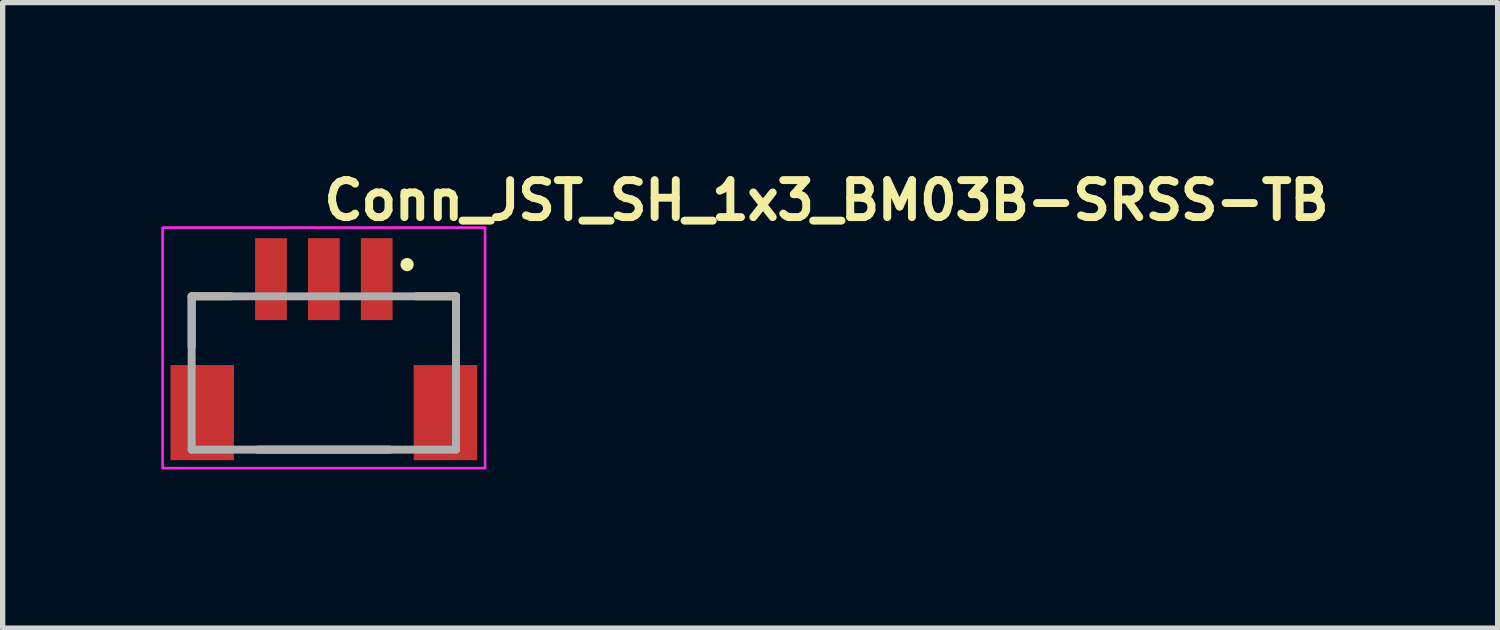
<source format=kicad_pcb>
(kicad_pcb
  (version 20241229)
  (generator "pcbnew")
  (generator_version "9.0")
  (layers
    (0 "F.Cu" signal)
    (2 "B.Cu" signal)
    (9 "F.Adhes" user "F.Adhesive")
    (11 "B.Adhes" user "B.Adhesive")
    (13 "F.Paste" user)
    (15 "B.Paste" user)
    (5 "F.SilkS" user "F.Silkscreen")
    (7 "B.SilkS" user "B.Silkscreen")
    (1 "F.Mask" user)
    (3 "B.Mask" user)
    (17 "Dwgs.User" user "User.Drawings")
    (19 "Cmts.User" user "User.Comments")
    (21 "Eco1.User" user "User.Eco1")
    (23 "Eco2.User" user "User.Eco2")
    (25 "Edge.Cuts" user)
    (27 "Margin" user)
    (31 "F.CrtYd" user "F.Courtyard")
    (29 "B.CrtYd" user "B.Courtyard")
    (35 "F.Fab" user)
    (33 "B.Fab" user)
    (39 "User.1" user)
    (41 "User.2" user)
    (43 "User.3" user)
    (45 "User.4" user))
  (footprint "Conn_JST_SH_1x3_BM03B-SRSS-TB"
    (layer "F.Cu")
    (at 3.1 3.5)
    (property "Reference" "Conn_JST_SH_1x3_BM03B-SRSS-TB" (at -0.1 -2.35 0) (layer "F.SilkS") (effects (font (size 0.7 0.7) (thickness 0.15)) (justify left bottom)))
    (attr smd)
    (fp_line (start -2.525 -0.945) (end -2.525 0.005) (stroke (width 0.15) (type solid)) (layer "F.SilkS"))
    (fp_line (start -1.775 -0.945) (end -2.525 -0.945) (stroke (width 0.15) (type solid)) (layer "F.SilkS"))
    (fp_line (start 1.225 1.955) (end -1.275 1.955) (stroke (width 0.15) (type solid)) (layer "F.SilkS"))
    (fp_line (start 2.475 -0.945) (end 1.725 -0.945) (stroke (width 0.15) (type solid)) (layer "F.SilkS"))
    (fp_line (start 2.475 0.005) (end 2.475 -0.945) (stroke (width 0.15) (type solid)) (layer "F.SilkS"))
    (fp_circle (center 1.55 -1.545) (end 1.6 -1.545) (stroke (width 0.15) (type solid)) (fill yes) (layer "F.SilkS"))
    (fp_rect (start -3.075 -2.245) (end 3.025 2.305) (stroke (width 0.05) (type default)) (fill no) (layer "F.CrtYd"))
    (fp_line (start -2.525 -0.945) (end 2.475 -0.945) (stroke (width 0.15) (type solid)) (layer "F.Fab"))
    (fp_line (start -2.525 1.955) (end -2.525 -0.945) (stroke (width 0.15) (type solid)) (layer "F.Fab"))
    (fp_line (start 2.475 -0.945) (end 2.475 1.955) (stroke (width 0.15) (type solid)) (layer "F.Fab"))
    (fp_line (start 2.475 1.955) (end -2.525 1.955) (stroke (width 0.15) (type solid)) (layer "F.Fab"))
    (fp_rect (start -2.525 -1.795) (end 2.475 1.805) (stroke (width 0.15) (type solid)) (fill no) (layer "User.5"))
    (fp_line (start -2.525 -0.975) (end -2.525 -0.595) (stroke (width 0.01) (type solid)) (layer "User.9"))
    (fp_line (start -2.525 -0.595) (end -2.525 -0.495) (stroke (width 0.01) (type default)) (layer "User.9"))
    (fp_line (start -2.525 -0.595) (end -2.525 -0.495) (stroke (width 0.01) (type solid)) (layer "User.9"))
    (fp_line (start -2.525 -0.495) (end -2.525 0.105) (stroke (width 0.01) (type solid)) (layer "User.9"))
    (fp_line (start -2.525 0.105) (end -2.525 0.205) (stroke (width 0.01) (type solid)) (layer "User.9"))
    (fp_line (start -2.525 0.105) (end -2.525 0.205) (stroke (width 0.01) (type default)) (layer "User.9"))
    (fp_line (start -2.525 1.605) (end -2.525 0.205) (stroke (width 0.01) (type solid)) (layer "User.9"))
    (fp_line (start -2.275 -0.85) (end -2.275 -0.595) (stroke (width 0.01) (type solid)) (layer "User.9"))
    (fp_line (start -2.275 -0.195) (end -2.275 0.105) (stroke (width 0.01) (type solid)) (layer "User.9"))
    (fp_line (start -2.275 1.605) (end -2.525 1.605) (stroke (width 0.01) (type solid)) (layer "User.9"))
    (fp_line (start -2.275 1.805) (end -2.275 1.605) (stroke (width 0.01) (type solid)) (layer "User.9"))
    (fp_line (start -2.275 1.805) (end 2.225 1.805) (stroke (width 0.01) (type solid)) (layer "User.9"))
    (fp_line (start -2.225 0.355) (end -1.875 0.355) (stroke (width 0.01) (type solid)) (layer "User.9"))
    (fp_line (start -2.225 1.055) (end -2.225 0.455) (stroke (width 0.01) (type solid)) (layer "User.9"))
    (fp_line (start -2.225 1.055) (end -1.775 1.055) (stroke (width 0.01) (type solid)) (layer "User.9"))
    (fp_line (start -2.125 0.455) (end -2.225 0.355) (stroke (width 0.01) (type solid)) (layer "User.9"))
    (fp_line (start -2.125 0.455) (end -2.125 1.055) (stroke (width 0.01) (type solid)) (layer "User.9"))
    (fp_line (start -2.125 1.055) (end -2.225 1.155) (stroke (width 0.01) (type solid)) (layer "User.9"))
    (fp_line (start -2.025 -0.975) (end -2.525 -0.975) (stroke (width 0.01) (type solid)) (layer "User.9"))
    (fp_line (start -2.025 -0.85) (end -2.275 -0.85) (stroke (width 0.01) (type solid)) (layer "User.9"))
    (fp_line (start -2.025 -0.85) (end -2.025 -0.975) (stroke (width 0.01) (type default)) (layer "User.9"))
    (fp_line (start -2.025 -0.595) (end -2.275 -0.595) (stroke (width 0.01) (type solid)) (layer "User.9"))
    (fp_line (start -2.025 -0.495) (end -2.525 -0.495) (stroke (width 0.01) (type solid)) (layer "User.9"))
    (fp_line (start -2.025 -0.195) (end -2.275 -0.195) (stroke (width 0.01) (type solid)) (layer "User.9"))
    (fp_line (start -2.025 -0.195) (end -2.025 -0.495) (stroke (width 0.01) (type default)) (layer "User.9"))
    (fp_line (start -2.025 0.105) (end -2.275 0.105) (stroke (width 0.01) (type solid)) (layer "User.9"))
    (fp_line (start -2.025 0.205) (end -2.525 0.205) (stroke (width 0.01) (type solid)) (layer "User.9"))
    (fp_line (start -2.025 0.205) (end -2.025 -0.975) (stroke (width 0.01) (type solid)) (layer "User.9"))
    (fp_line (start -1.875 -0.825) (end 1.825 -0.825) (stroke (width 0.01) (type solid)) (layer "User.9"))
    (fp_line (start -1.875 -0.025) (end -1.875 -0.725) (stroke (width 0.01) (type solid)) (layer "User.9"))
    (fp_line (start -1.875 -0.025) (end -1.875 0.355) (stroke (width 0.01) (type default)) (layer "User.9"))
    (fp_line (start -1.875 1.155) (end -2.225 1.155) (stroke (width 0.01) (type solid)) (layer "User.9"))
    (fp_line (start -1.875 1.555) (end -1.875 1.155) (stroke (width 0.01) (type solid)) (layer "User.9"))
    (fp_line (start -1.875 1.555) (end 1.725 1.555) (stroke (width 0.01) (type solid)) (layer "User.9"))
    (fp_line (start -1.875 1.655) (end -1.775 1.555) (stroke (width 0.01) (type solid)) (layer "User.9"))
    (fp_line (start -1.775 -0.725) (end -1.875 -0.825) (stroke (width 0.01) (type solid)) (layer "User.9"))
    (fp_line (start -1.775 -0.725) (end -1.775 0.455) (stroke (width 0.01) (type solid)) (layer "User.9"))
    (fp_line (start -1.775 0.455) (end -2.225 0.455) (stroke (width 0.01) (type solid)) (layer "User.9"))
    (fp_line (start -1.775 0.455) (end -1.875 0.355) (stroke (width 0.01) (type solid)) (layer "User.9"))
    (fp_line (start -1.775 1.055) (end -1.875 1.155) (stroke (width 0.01) (type solid)) (layer "User.9"))
    (fp_line (start -1.775 1.055) (end -1.775 0.455) (stroke (width 0.01) (type solid)) (layer "User.9"))
    (fp_line (start -1.775 1.055) (end -1.775 1.555) (stroke (width 0.01) (type solid)) (layer "User.9"))
    (fp_line (start -1.725 -1.095) (end 1.675 -1.095) (stroke (width 0.01) (type solid)) (layer "User.9"))
    (fp_line (start -1.725 -0.975) (end -2.025 -0.975) (stroke (width 0.01) (type solid)) (layer "User.9"))
    (fp_line (start -1.725 -0.975) (end -1.725 -1.095) (stroke (width 0.01) (type solid)) (layer "User.9"))
    (fp_line (start -1.1 -1.795) (end -0.95 -1.795) (stroke (width 0.01) (type solid)) (layer "User.9"))
    (fp_line (start -1.1 -1.795) (end -0.95 -1.795) (stroke (width 0.01) (type solid)) (layer "User.9"))
    (fp_line (start -1.1 -1.705) (end -1.1 -1.795) (stroke (width 0.01) (type solid)) (layer "User.9"))
    (fp_line (start -1.1 -1.705) (end -0.95 -1.705) (stroke (width 0.01) (type solid)) (layer "User.9"))
    (fp_line (start -1.1 -1.282) (end -1.1 -1.795) (stroke (width 0.01) (type solid)) (layer "User.9"))
    (fp_line (start -1.1 -1.095) (end -1.1 -1.282) (stroke (width 0.01) (type solid)) (layer "User.9"))
    (fp_line (start -1.1 -1.095) (end -0.95 -1.095) (stroke (width 0.01) (type default)) (layer "User.9"))
    (fp_line (start -1.1 -0.325) (end -1.1 -0.025) (stroke (width 0.01) (type solid)) (layer "User.9"))
    (fp_line (start -1.1 -0.025) (end -1.1 -0.325) (stroke (width 0.01) (type solid)) (layer "User.9"))
    (fp_line (start -1.1 -0.025) (end -0.95 -0.025) (stroke (width 0.01) (type solid)) (layer "User.9"))
    (fp_line (start -1.1 1.075) (end -1.775 1.055) (stroke (width 0.01) (type default)) (layer "User.9"))
    (fp_line (start -1.1 1.075) (end -1.1 0.775) (stroke (width 0.01) (type solid)) (layer "User.9"))
    (fp_line (start -1.064 0.775) (end -1.1 0.775) (stroke (width 0.01) (type default)) (layer "User.9"))
    (fp_line (start -1.064 0.775) (end -1.064 1.039) (stroke (width 0.01) (type solid)) (layer "User.9"))
    (fp_line (start -1.064 0.775) (end -0.95 0.775) (stroke (width 0.01) (type solid)) (layer "User.9"))
    (fp_line (start -1.064 0.811) (end -1.1 0.775) (stroke (width 0.01) (type solid)) (layer "User.9"))
    (fp_line (start -1.064 1.039) (end -1.1 1.075) (stroke (width 0.01) (type solid)) (layer "User.9"))
    (fp_line (start -1.064 1.039) (end -0.986 1.039) (stroke (width 0.01) (type default)) (layer "User.9"))
    (fp_line (start -1.064 1.039) (end -0.986 1.039) (stroke (width 0.01) (type solid)) (layer "User.9"))
    (fp_line (start -0.986 0.811) (end -1.064 0.811) (stroke (width 0.01) (type solid)) (layer "User.9"))
    (fp_line (start -0.986 0.811) (end -0.95 0.775) (stroke (width 0.01) (type default)) (layer "User.9"))
    (fp_line (start -0.986 1.039) (end -0.986 0.811) (stroke (width 0.01) (type solid)) (layer "User.9"))
    (fp_line (start -0.95 -1.705) (end -0.95 -1.795) (stroke (width 0.01) (type solid)) (layer "User.9"))
    (fp_line (start -0.95 -1.282) (end -0.95 -1.705) (stroke (width 0.01) (type solid)) (layer "User.9"))
    (fp_line (start -0.95 -1.095) (end -0.95 -1.282) (stroke (width 0.01) (type solid)) (layer "User.9"))
    (fp_line (start -0.95 -0.325) (end -1.1 -0.325) (stroke (width 0.01) (type solid)) (layer "User.9"))
    (fp_line (start -0.95 -0.325) (end -1.1 -0.325) (stroke (width 0.01) (type solid)) (layer "User.9"))
    (fp_line (start -0.95 -0.025) (end -0.95 -0.325) (stroke (width 0.01) (type solid)) (layer "User.9"))
    (fp_line (start -0.95 -0.025) (end -0.95 -0.325) (stroke (width 0.01) (type solid)) (layer "User.9"))
    (fp_line (start -0.95 0.775) (end -0.986 0.811) (stroke (width 0.01) (type solid)) (layer "User.9"))
    (fp_line (start -0.95 0.775) (end -0.95 1.075) (stroke (width 0.01) (type solid)) (layer "User.9"))
    (fp_line (start -0.95 1.075) (end -1.1 1.075) (stroke (width 0.01) (type solid)) (layer "User.9"))
    (fp_line (start -0.95 1.075) (end -0.986 1.039) (stroke (width 0.01) (type solid)) (layer "User.9"))
    (fp_line (start -0.95 1.075) (end -0.1 1.075) (stroke (width 0.01) (type default)) (layer "User.9"))
    (fp_line (start -0.1 -1.795) (end 0.05 -1.795) (stroke (width 0.01) (type solid)) (layer "User.9"))
    (fp_line (start -0.1 -1.795) (end 0.05 -1.795) (stroke (width 0.01) (type solid)) (layer "User.9"))
    (fp_line (start -0.1 -1.705) (end -0.1 -1.795) (stroke (width 0.01) (type solid)) (layer "User.9"))
    (fp_line (start -0.1 -1.705) (end 0.05 -1.705) (stroke (width 0.01) (type solid)) (layer "User.9"))
    (fp_line (start -0.1 -1.282) (end -0.1 -1.795) (stroke (width 0.01) (type solid)) (layer "User.9"))
    (fp_line (start -0.1 -1.282) (end 0.05 -1.282) (stroke (width 0.01) (type solid)) (layer "User.9"))
    (fp_line (start -0.1 -0.325) (end -0.1 -0.025) (stroke (width 0.01) (type solid)) (layer "User.9"))
    (fp_line (start -0.1 -0.025) (end -0.1 -0.325) (stroke (width 0.01) (type solid)) (layer "User.9"))
    (fp_line (start -0.1 -0.025) (end 0.05 -0.025) (stroke (width 0.01) (type solid)) (layer "User.9"))
    (fp_line (start -0.1 0.775) (end -0.065 0.811) (stroke (width 0.01) (type default)) (layer "User.9"))
    (fp_line (start -0.1 0.775) (end 0.05 0.775) (stroke (width 0.01) (type solid)) (layer "User.9"))
    (fp_line (start -0.1 1.075) (end -0.1 0.775) (stroke (width 0.01) (type solid)) (layer "User.9"))
    (fp_line (start -0.064 0.811) (end -0.1 0.775) (stroke (width 0.01) (type solid)) (layer "User.9"))
    (fp_line (start -0.064 0.811) (end -0.064 1.039) (stroke (width 0.01) (type solid)) (layer "User.9"))
    (fp_line (start -0.064 1.039) (end -0.1 1.075) (stroke (width 0.01) (type solid)) (layer "User.9"))
    (fp_line (start -0.064 1.039) (end 0.014 1.039) (stroke (width 0.01) (type solid)) (layer "User.9"))
    (fp_line (start -0.064 1.039) (end 0.014 1.039) (stroke (width 0.01) (type default)) (layer "User.9"))
    (fp_line (start 0.014 1.039) (end 0.014 0.811) (stroke (width 0.01) (type solid)) (layer "User.9"))
    (fp_line (start 0.05 -1.705) (end 0.05 -1.795) (stroke (width 0.01) (type solid)) (layer "User.9"))
    (fp_line (start 0.05 -1.282) (end 0.05 -1.705) (stroke (width 0.01) (type solid)) (layer "User.9"))
    (fp_line (start 0.05 -1.095) (end -0.1 -1.095) (stroke (width 0.01) (type default)) (layer "User.9"))
    (fp_line (start 0.05 -1.095) (end 0.05 -1.795) (stroke (width 0.01) (type solid)) (layer "User.9"))
    (fp_line (start 0.05 -0.325) (end -0.1 -0.325) (stroke (width 0.01) (type solid)) (layer "User.9"))
    (fp_line (start 0.05 -0.325) (end -0.1 -0.325) (stroke (width 0.01) (type solid)) (layer "User.9"))
    (fp_line (start 0.05 -0.025) (end -0.1 -0.025) (stroke (width 0.01) (type solid)) (layer "User.9"))
    (fp_line (start 0.05 -0.025) (end 0.05 -0.325) (stroke (width 0.01) (type solid)) (layer "User.9"))
    (fp_line (start 0.05 -0.025) (end 0.05 -0.325) (stroke (width 0.01) (type solid)) (layer "User.9"))
    (fp_line (start 0.05 0.775) (end 0.014 0.811) (stroke (width 0.01) (type solid)) (layer "User.9"))
    (fp_line (start 0.05 0.775) (end 0.05 0.811) (stroke (width 0.01) (type default)) (layer "User.9"))
    (fp_line (start 0.05 0.811) (end -0.065 0.811) (stroke (width 0.01) (type solid)) (layer "User.9"))
    (fp_line (start 0.05 0.811) (end 0.05 1.075) (stroke (width 0.01) (type solid)) (layer "User.9"))
    (fp_line (start 0.05 1.075) (end -0.1 1.075) (stroke (width 0.01) (type solid)) (layer "User.9"))
    (fp_line (start 0.05 1.075) (end 0.014 1.039) (stroke (width 0.01) (type solid)) (layer "User.9"))
    (fp_line (start 0.05 1.075) (end 0.9 1.075) (stroke (width 0.01) (type default)) (layer "User.9"))
    (fp_line (start 0.9 -1.795) (end 1.05 -1.795) (stroke (width 0.01) (type solid)) (layer "User.9"))
    (fp_line (start 0.9 -1.795) (end 1.05 -1.795) (stroke (width 0.01) (type solid)) (layer "User.9"))
    (fp_line (start 0.9 -1.705) (end 0.9 -1.795) (stroke (width 0.01) (type solid)) (layer "User.9"))
    (fp_line (start 0.9 -1.705) (end 1.05 -1.705) (stroke (width 0.01) (type solid)) (layer "User.9"))
    (fp_line (start 0.9 -1.282) (end 0.9 -1.795) (stroke (width 0.01) (type solid)) (layer "User.9"))
    (fp_line (start 0.9 -1.282) (end 1.05 -1.282) (stroke (width 0.01) (type solid)) (layer "User.9"))
    (fp_line (start 0.9 -0.325) (end 0.9 -0.025) (stroke (width 0.01) (type solid)) (layer "User.9"))
    (fp_line (start 0.9 -0.025) (end 0.9 -0.325) (stroke (width 0.01) (type solid)) (layer "User.9"))
    (fp_line (start 0.9 -0.025) (end 1.05 -0.025) (stroke (width 0.01) (type solid)) (layer "User.9"))
    (fp_line (start 0.9 0.775) (end 0.936 0.775) (stroke (width 0.01) (type default)) (layer "User.9"))
    (fp_line (start 0.9 1.075) (end 0.9 0.775) (stroke (width 0.01) (type solid)) (layer "User.9"))
    (fp_line (start 0.936 0.775) (end 0.936 1.039) (stroke (width 0.01) (type solid)) (layer "User.9"))
    (fp_line (start 0.936 0.775) (end 1.05 0.775) (stroke (width 0.01) (type solid)) (layer "User.9"))
    (fp_line (start 0.936 0.811) (end 0.9 0.775) (stroke (width 0.01) (type solid)) (layer "User.9"))
    (fp_line (start 0.936 1.039) (end 0.9 1.075) (stroke (width 0.01) (type solid)) (layer "User.9"))
    (fp_line (start 0.936 1.039) (end 1.014 1.039) (stroke (width 0.01) (type default)) (layer "User.9"))
    (fp_line (start 0.936 1.039) (end 1.014 1.039) (stroke (width 0.01) (type solid)) (layer "User.9"))
    (fp_line (start 1.014 0.811) (end 0.936 0.811) (stroke (width 0.01) (type solid)) (layer "User.9"))
    (fp_line (start 1.014 0.811) (end 1.05 0.775) (stroke (width 0.01) (type default)) (layer "User.9"))
    (fp_line (start 1.014 1.039) (end 1.014 0.811) (stroke (width 0.01) (type solid)) (layer "User.9"))
    (fp_line (start 1.05 -1.705) (end 1.05 -1.795) (stroke (width 0.01) (type solid)) (layer "User.9"))
    (fp_line (start 1.05 -1.282) (end 1.05 -1.705) (stroke (width 0.01) (type solid)) (layer "User.9"))
    (fp_line (start 1.05 -1.095) (end 0.9 -1.095) (stroke (width 0.01) (type default)) (layer "User.9"))
    (fp_line (start 1.05 -1.095) (end 1.05 -1.795) (stroke (width 0.01) (type solid)) (layer "User.9"))
    (fp_line (start 1.05 -0.325) (end 0.9 -0.325) (stroke (width 0.01) (type solid)) (layer "User.9"))
    (fp_line (start 1.05 -0.325) (end 0.9 -0.325) (stroke (width 0.01) (type solid)) (layer "User.9"))
    (fp_line (start 1.05 -0.025) (end 0.9 -0.025) (stroke (width 0.01) (type solid)) (layer "User.9"))
    (fp_line (start 1.05 -0.025) (end 1.05 -0.325) (stroke (width 0.01) (type solid)) (layer "User.9"))
    (fp_line (start 1.05 -0.025) (end 1.05 -0.325) (stroke (width 0.01) (type solid)) (layer "User.9"))
    (fp_line (start 1.05 0.775) (end 1.014 0.811) (stroke (width 0.01) (type solid)) (layer "User.9"))
    (fp_line (start 1.05 0.775) (end 1.05 1.075) (stroke (width 0.01) (type default)) (layer "User.9"))
    (fp_line (start 1.05 1.075) (end 0.9 1.075) (stroke (width 0.01) (type solid)) (layer "User.9"))
    (fp_line (start 1.05 1.075) (end 1.014 1.039) (stroke (width 0.01) (type solid)) (layer "User.9"))
    (fp_line (start 1.675 -0.975) (end 1.675 -1.095) (stroke (width 0.01) (type solid)) (layer "User.9"))
    (fp_line (start 1.675 -0.975) (end 1.975 -0.975) (stroke (width 0.01) (type solid)) (layer "User.9"))
    (fp_line (start 1.725 -0.725) (end 1.825 -0.825) (stroke (width 0.01) (type solid)) (layer "User.9"))
    (fp_line (start 1.725 0.455) (end 1.725 -0.725) (stroke (width 0.01) (type solid)) (layer "User.9"))
    (fp_line (start 1.725 0.455) (end 1.725 1.055) (stroke (width 0.01) (type solid)) (layer "User.9"))
    (fp_line (start 1.725 1.055) (end 1.032 1.057) (stroke (width 0.01) (type default)) (layer "User.9"))
    (fp_line (start 1.725 1.055) (end 2.075 1.055) (stroke (width 0.01) (type solid)) (layer "User.9"))
    (fp_line (start 1.725 1.555) (end 1.725 1.055) (stroke (width 0.01) (type solid)) (layer "User.9"))
    (fp_line (start 1.825 -0.725) (end -1.875 -0.725) (stroke (width 0.01) (type solid)) (layer "User.9"))
    (fp_line (start 1.825 -0.725) (end 1.825 0.355) (stroke (width 0.01) (type solid)) (layer "User.9"))
    (fp_line (start 1.825 0.355) (end 1.725 0.455) (stroke (width 0.01) (type solid)) (layer "User.9"))
    (fp_line (start 1.825 0.355) (end 2.075 0.355) (stroke (width 0.01) (type solid)) (layer "User.9"))
    (fp_line (start 1.825 1.155) (end 1.725 1.055) (stroke (width 0.01) (type solid)) (layer "User.9"))
    (fp_line (start 1.825 1.155) (end 1.825 1.655) (stroke (width 0.01) (type solid)) (layer "User.9"))
    (fp_line (start 1.825 1.655) (end -1.875 1.655) (stroke (width 0.01) (type solid)) (layer "User.9"))
    (fp_line (start 1.825 1.655) (end 1.725 1.555) (stroke (width 0.01) (type solid)) (layer "User.9"))
    (fp_line (start 1.975 -0.975) (end 1.975 -0.85) (stroke (width 0.01) (type default)) (layer "User.9"))
    (fp_line (start 1.975 -0.975) (end 2.475 -0.975) (stroke (width 0.01) (type solid)) (layer "User.9"))
    (fp_line (start 1.975 -0.595) (end 1.975 -0.495) (stroke (width 0.01) (type default)) (layer "User.9"))
    (fp_line (start 1.975 -0.595) (end 2.475 -0.595) (stroke (width 0.01) (type solid)) (layer "User.9"))
    (fp_line (start 1.975 -0.495) (end 2.475 -0.495) (stroke (width 0.01) (type solid)) (layer "User.9"))
    (fp_line (start 1.975 0.105) (end 1.975 -0.975) (stroke (width 0.01) (type solid)) (layer "User.9"))
    (fp_line (start 1.975 0.105) (end 2.475 0.105) (stroke (width 0.01) (type solid)) (layer "User.9"))
    (fp_line (start 1.975 0.205) (end 1.825 0.355) (stroke (width 0.01) (type default)) (layer "User.9"))
    (fp_line (start 1.975 0.205) (end 2.475 0.205) (stroke (width 0.01) (type solid)) (layer "User.9"))
    (fp_line (start 2.075 0.455) (end 1.725 0.455) (stroke (width 0.01) (type solid)) (layer "User.9"))
    (fp_line (start 2.075 1.155) (end 2.075 0.355) (stroke (width 0.01) (type solid)) (layer "User.9"))
    (fp_line (start 2.175 0.355) (end 2.075 0.455) (stroke (width 0.01) (type solid)) (layer "User.9"))
    (fp_line (start 2.175 0.355) (end 2.175 1.155) (stroke (width 0.01) (type solid)) (layer "User.9"))
    (fp_line (start 2.175 1.155) (end 2.075 1.055) (stroke (width 0.01) (type solid)) (layer "User.9"))
    (fp_line (start 2.225 -0.85) (end 1.975 -0.85) (stroke (width 0.01) (type solid)) (layer "User.9"))
    (fp_line (start 2.225 -0.595) (end 2.225 -0.85) (stroke (width 0.01) (type solid)) (layer "User.9"))
    (fp_line (start 2.225 -0.595) (end 2.475 -0.595) (stroke (width 0.01) (type default)) (layer "User.9"))
    (fp_line (start 2.225 0.105) (end 2.225 -0.195) (stroke (width 0.01) (type solid)) (layer "User.9"))
    (fp_line (start 2.225 1.605) (end 2.475 1.605) (stroke (width 0.01) (type solid)) (layer "User.9"))
    (fp_line (start 2.225 1.805) (end 2.225 1.605) (stroke (width 0.01) (type solid)) (layer "User.9"))
    (fp_line (start 2.475 -0.975) (end 2.475 -0.595) (stroke (width 0.01) (type solid)) (layer "User.9"))
    (fp_line (start 2.475 -0.595) (end 2.475 -0.195) (stroke (width 0.01) (type solid)) (layer "User.9"))
    (fp_line (start 2.475 -0.495) (end 2.475 0.205) (stroke (width 0.01) (type solid)) (layer "User.9"))
    (fp_line (start 2.475 -0.195) (end 2.225 -0.195) (stroke (width 0.01) (type solid)) (layer "User.9"))
    (fp_line (start 2.475 0.105) (end 2.475 0.205) (stroke (width 0.01) (type solid)) (layer "User.9"))
    (fp_line (start 2.475 1.605) (end 2.475 0.205) (stroke (width 0.01) (type solid)) (layer "User.9"))
    (pad "1" smd rect (at 0.975 -1.27) (size 0.6 1.55) (layers "F.Cu" "F.Mask" "F.Paste"))
    (pad "2" smd rect (at -0.025 -1.27) (size 0.6 1.55) (layers "F.Cu" "F.Mask" "F.Paste"))
    (pad "3" smd rect (at -1.025 -1.27) (size 0.6 1.55) (layers "F.Cu" "F.Mask" "F.Paste"))
    (pad "MP" smd rect (at -2.325 1.255) (size 1.2 1.8) (layers "F.Cu" "F.Mask" "F.Paste"))
    (pad "MP" smd rect (at 2.275 1.255) (size 1.2 1.8) (layers "F.Cu" "F.Mask" "F.Paste")))
  (gr_rect
    (start -3 -3)
    (end 25.277 8.83)
    (stroke (width 0.1) (type default))
    (fill no)
    (layer "Edge.Cuts")))
</source>
